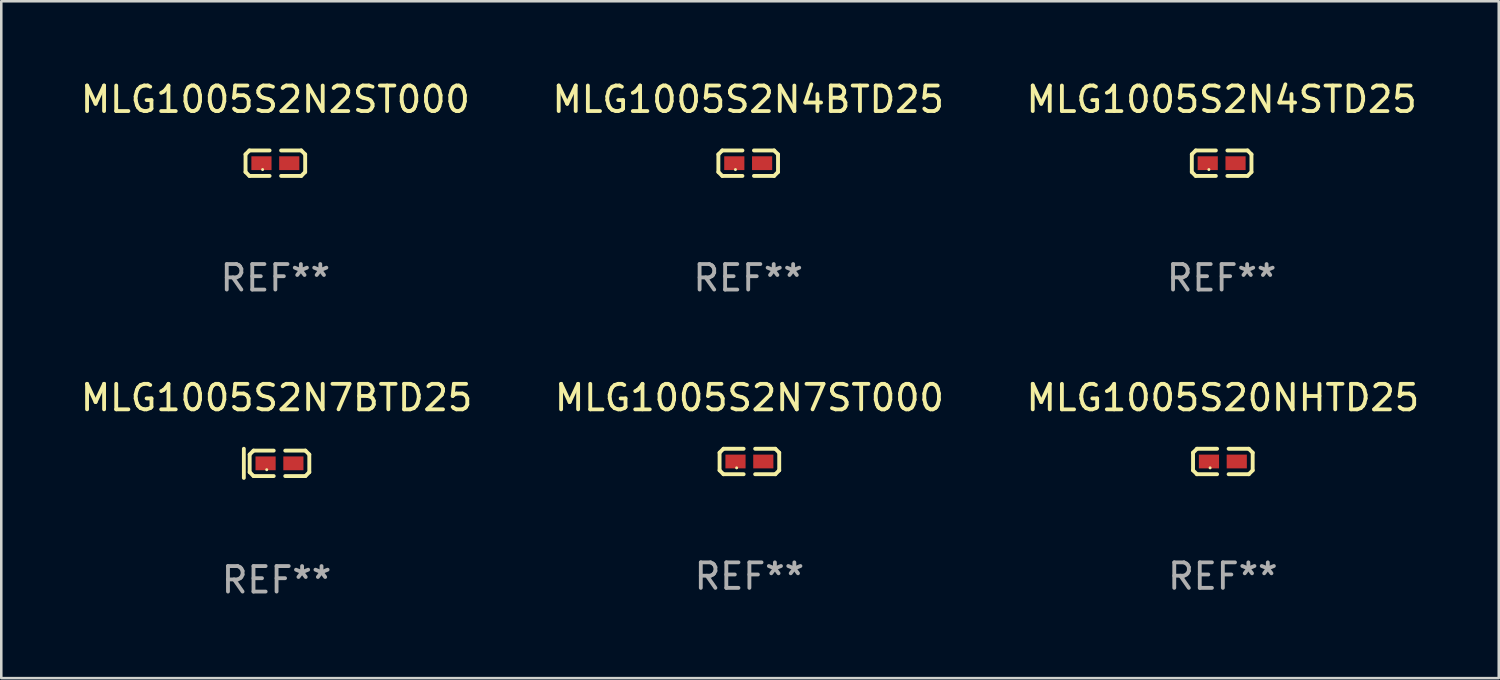
<source format=kicad_pcb>
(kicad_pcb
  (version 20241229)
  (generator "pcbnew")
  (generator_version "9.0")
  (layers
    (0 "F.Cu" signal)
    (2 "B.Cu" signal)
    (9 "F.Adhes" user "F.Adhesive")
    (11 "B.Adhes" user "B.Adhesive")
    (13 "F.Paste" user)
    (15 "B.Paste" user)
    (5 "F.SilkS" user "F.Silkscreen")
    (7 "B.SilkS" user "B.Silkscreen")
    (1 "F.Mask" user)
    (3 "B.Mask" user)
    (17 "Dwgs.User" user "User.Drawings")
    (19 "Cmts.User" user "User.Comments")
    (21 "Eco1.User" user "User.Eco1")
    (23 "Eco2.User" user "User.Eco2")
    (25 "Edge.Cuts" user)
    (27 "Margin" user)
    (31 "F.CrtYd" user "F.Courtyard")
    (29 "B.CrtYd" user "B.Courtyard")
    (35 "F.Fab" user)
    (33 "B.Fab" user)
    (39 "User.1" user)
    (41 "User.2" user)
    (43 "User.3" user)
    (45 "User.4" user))
  (footprint "MLG1005S20NHTD25"
    (layer "F.Cu")
    (at 44.887 15.041)
    (property "Reference" "MLG1005S20NHTD25" (at 0 -2.499 0) (layer "F.SilkS") (effects (font (size 1 1) (thickness 0.15))))
    (attr through_hole)
    (fp_line (start -1.169 -0.346) (end -1.016 -0.499) (stroke (width 0.152) (type solid)) (layer "F.SilkS"))
    (fp_line (start -1.169 0.346) (end -1.169 -0.346) (stroke (width 0.152) (type solid)) (layer "F.SilkS"))
    (fp_line (start -1.016 -0.499) (end -0.226 -0.499) (stroke (width 0.152) (type solid)) (layer "F.SilkS"))
    (fp_line (start -1.016 0.499) (end -1.169 0.346) (stroke (width 0.152) (type solid)) (layer "F.SilkS"))
    (fp_line (start -0.226 0.499) (end -1.016 0.499) (stroke (width 0.152) (type solid)) (layer "F.SilkS"))
    (fp_line (start 0.226 0.499) (end 1.016 0.499) (stroke (width 0.152) (type solid)) (layer "F.SilkS"))
    (fp_line (start 1.016 -0.499) (end 0.226 -0.499) (stroke (width 0.152) (type solid)) (layer "F.SilkS"))
    (fp_line (start 1.016 0.499) (end 1.169 0.346) (stroke (width 0.152) (type solid)) (layer "F.SilkS"))
    (fp_line (start 1.169 -0.346) (end 1.016 -0.499) (stroke (width 0.152) (type solid)) (layer "F.SilkS"))
    (fp_line (start 1.169 0.346) (end 1.169 -0.346) (stroke (width 0.152) (type solid)) (layer "F.SilkS"))
    (fp_circle (center -0.5 0.25) (end -0.47 0.25) (stroke (width 0.06) (type solid)) (fill no) (layer "F.SilkS"))
    (fp_text user "REF**" (at 0 4.499 0) (layer "F.Fab") (effects (font (size 1 1) (thickness 0.15))))
    (pad "1" smd rect (at -0.545 0) (size 0.79 0.54) (layers "F.Cu" "F.Mask" "F.Paste"))
    (pad "2" smd rect (at 0.545 0) (size 0.79 0.54) (layers "F.Cu" "F.Mask" "F.Paste")))
  (footprint "MLG1005S2N7ST000"
    (layer "F.Cu")
    (at 26.327 15.041)
    (property "Reference" "MLG1005S2N7ST000" (at 0 -2.499 0) (layer "F.SilkS") (effects (font (size 1 1) (thickness 0.15))))
    (attr through_hole)
    (fp_line (start -1.169 -0.346) (end -1.016 -0.499) (stroke (width 0.152) (type solid)) (layer "F.SilkS"))
    (fp_line (start -1.169 0.346) (end -1.169 -0.346) (stroke (width 0.152) (type solid)) (layer "F.SilkS"))
    (fp_line (start -1.016 -0.499) (end -0.226 -0.499) (stroke (width 0.152) (type solid)) (layer "F.SilkS"))
    (fp_line (start -1.016 0.499) (end -1.169 0.346) (stroke (width 0.152) (type solid)) (layer "F.SilkS"))
    (fp_line (start -0.226 0.499) (end -1.016 0.499) (stroke (width 0.152) (type solid)) (layer "F.SilkS"))
    (fp_line (start 0.226 0.499) (end 1.016 0.499) (stroke (width 0.152) (type solid)) (layer "F.SilkS"))
    (fp_line (start 1.016 -0.499) (end 0.226 -0.499) (stroke (width 0.152) (type solid)) (layer "F.SilkS"))
    (fp_line (start 1.016 0.499) (end 1.169 0.346) (stroke (width 0.152) (type solid)) (layer "F.SilkS"))
    (fp_line (start 1.169 -0.346) (end 1.016 -0.499) (stroke (width 0.152) (type solid)) (layer "F.SilkS"))
    (fp_line (start 1.169 0.346) (end 1.169 -0.346) (stroke (width 0.152) (type solid)) (layer "F.SilkS"))
    (fp_circle (center -0.5 0.25) (end -0.47 0.25) (stroke (width 0.06) (type solid)) (fill no) (layer "F.SilkS"))
    (fp_text user "REF**" (at 0 4.499 0) (layer "F.Fab") (effects (font (size 1 1) (thickness 0.15))))
    (pad "1" smd rect (at -0.545 0) (size 0.79 0.54) (layers "F.Cu" "F.Mask" "F.Paste"))
    (pad "2" smd rect (at 0.545 0) (size 0.79 0.54) (layers "F.Cu" "F.Mask" "F.Paste")))
  (footprint "MLG1005S2N4BTD25"
    (layer "F.Cu")
    (at 26.28 3.347)
    (property "Reference" "MLG1005S2N4BTD25" (at 0 -2.499 0) (layer "F.SilkS") (effects (font (size 1 1) (thickness 0.15))))
    (attr through_hole)
    (fp_line (start -1.169 -0.346) (end -1.016 -0.499) (stroke (width 0.152) (type solid)) (layer "F.SilkS"))
    (fp_line (start -1.169 0.346) (end -1.169 -0.346) (stroke (width 0.152) (type solid)) (layer "F.SilkS"))
    (fp_line (start -1.016 -0.499) (end -0.226 -0.499) (stroke (width 0.152) (type solid)) (layer "F.SilkS"))
    (fp_line (start -1.016 0.499) (end -1.169 0.346) (stroke (width 0.152) (type solid)) (layer "F.SilkS"))
    (fp_line (start -0.226 0.499) (end -1.016 0.499) (stroke (width 0.152) (type solid)) (layer "F.SilkS"))
    (fp_line (start 0.226 0.499) (end 1.016 0.499) (stroke (width 0.152) (type solid)) (layer "F.SilkS"))
    (fp_line (start 1.016 -0.499) (end 0.226 -0.499) (stroke (width 0.152) (type solid)) (layer "F.SilkS"))
    (fp_line (start 1.016 0.499) (end 1.169 0.346) (stroke (width 0.152) (type solid)) (layer "F.SilkS"))
    (fp_line (start 1.169 -0.346) (end 1.016 -0.499) (stroke (width 0.152) (type solid)) (layer "F.SilkS"))
    (fp_line (start 1.169 0.346) (end 1.169 -0.346) (stroke (width 0.152) (type solid)) (layer "F.SilkS"))
    (fp_circle (center -0.5 0.25) (end -0.47 0.25) (stroke (width 0.06) (type solid)) (fill no) (layer "F.SilkS"))
    (fp_text user "REF**" (at 0 4.499 0) (layer "F.Fab") (effects (font (size 1 1) (thickness 0.15))))
    (pad "1" smd rect (at -0.545 0) (size 0.79 0.54) (layers "F.Cu" "F.Mask" "F.Paste"))
    (pad "2" smd rect (at 0.545 0) (size 0.79 0.54) (layers "F.Cu" "F.Mask" "F.Paste")))
  (footprint "MLG1005S2N7BTD25"
    (layer "F.Cu")
    (at 7.792 15.113)
    (property "Reference" "MLG1005S2N7BTD25" (at 0 -2.572 0) (layer "F.SilkS") (effects (font (size 1 1) (thickness 0.15))))
    (attr through_hole)
    (fp_line (start -1.283 -0.572) (end -1.283 0.572) (stroke (width 0.15) (type solid)) (layer "F.SilkS"))
    (fp_line (start -1.055 -0.346) (end -0.902 -0.499) (stroke (width 0.152) (type solid)) (layer "F.SilkS"))
    (fp_line (start -1.055 0.346) (end -1.055 -0.346) (stroke (width 0.152) (type solid)) (layer "F.SilkS"))
    (fp_line (start -0.902 -0.499) (end -0.112 -0.499) (stroke (width 0.152) (type solid)) (layer "F.SilkS"))
    (fp_line (start -0.902 0.499) (end -1.055 0.346) (stroke (width 0.152) (type solid)) (layer "F.SilkS"))
    (fp_line (start -0.112 0.499) (end -0.902 0.499) (stroke (width 0.152) (type solid)) (layer "F.SilkS"))
    (fp_line (start 0.34 0.499) (end 1.13 0.499) (stroke (width 0.152) (type solid)) (layer "F.SilkS"))
    (fp_line (start 1.13 -0.499) (end 0.34 -0.499) (stroke (width 0.152) (type solid)) (layer "F.SilkS"))
    (fp_line (start 1.13 0.499) (end 1.283 0.346) (stroke (width 0.152) (type solid)) (layer "F.SilkS"))
    (fp_line (start 1.283 -0.346) (end 1.13 -0.499) (stroke (width 0.152) (type solid)) (layer "F.SilkS"))
    (fp_line (start 1.283 0.346) (end 1.283 -0.346) (stroke (width 0.152) (type solid)) (layer "F.SilkS"))
    (fp_circle (center -0.386 0.25) (end -0.356 0.25) (stroke (width 0.06) (type solid)) (fill no) (layer "F.SilkS"))
    (fp_text user "REF**" (at 0 4.572 0) (layer "F.Fab") (effects (font (size 1 1) (thickness 0.15))))
    (pad "1" smd rect (at -0.431 0) (size 0.79 0.54) (layers "F.Cu" "F.Mask" "F.Paste"))
    (pad "2" smd rect (at 0.659 0) (size 0.79 0.54) (layers "F.Cu" "F.Mask" "F.Paste")))
  (footprint "MLG1005S2N4STD25"
    (layer "F.Cu")
    (at 44.839 3.347)
    (property "Reference" "MLG1005S2N4STD25" (at 0 -2.499 0) (layer "F.SilkS") (effects (font (size 1 1) (thickness 0.15))))
    (attr through_hole)
    (fp_line (start -1.169 -0.346) (end -1.016 -0.499) (stroke (width 0.152) (type solid)) (layer "F.SilkS"))
    (fp_line (start -1.169 0.346) (end -1.169 -0.346) (stroke (width 0.152) (type solid)) (layer "F.SilkS"))
    (fp_line (start -1.016 -0.499) (end -0.226 -0.499) (stroke (width 0.152) (type solid)) (layer "F.SilkS"))
    (fp_line (start -1.016 0.499) (end -1.169 0.346) (stroke (width 0.152) (type solid)) (layer "F.SilkS"))
    (fp_line (start -0.226 0.499) (end -1.016 0.499) (stroke (width 0.152) (type solid)) (layer "F.SilkS"))
    (fp_line (start 0.226 0.499) (end 1.016 0.499) (stroke (width 0.152) (type solid)) (layer "F.SilkS"))
    (fp_line (start 1.016 -0.499) (end 0.226 -0.499) (stroke (width 0.152) (type solid)) (layer "F.SilkS"))
    (fp_line (start 1.016 0.499) (end 1.169 0.346) (stroke (width 0.152) (type solid)) (layer "F.SilkS"))
    (fp_line (start 1.169 -0.346) (end 1.016 -0.499) (stroke (width 0.152) (type solid)) (layer "F.SilkS"))
    (fp_line (start 1.169 0.346) (end 1.169 -0.346) (stroke (width 0.152) (type solid)) (layer "F.SilkS"))
    (fp_circle (center -0.5 0.25) (end -0.47 0.25) (stroke (width 0.06) (type solid)) (fill no) (layer "F.SilkS"))
    (fp_text user "REF**" (at 0 4.499 0) (layer "F.Fab") (effects (font (size 1 1) (thickness 0.15))))
    (pad "1" smd rect (at -0.545 0) (size 0.79 0.54) (layers "F.Cu" "F.Mask" "F.Paste"))
    (pad "2" smd rect (at 0.545 0) (size 0.79 0.54) (layers "F.Cu" "F.Mask" "F.Paste")))
  (footprint "MLG1005S2N2ST000"
    (layer "F.Cu")
    (at 7.744 3.347)
    (property "Reference" "MLG1005S2N2ST000" (at 0 -2.499 0) (layer "F.SilkS") (effects (font (size 1 1) (thickness 0.15))))
    (attr through_hole)
    (fp_line (start -1.169 -0.346) (end -1.016 -0.499) (stroke (width 0.152) (type solid)) (layer "F.SilkS"))
    (fp_line (start -1.169 0.346) (end -1.169 -0.346) (stroke (width 0.152) (type solid)) (layer "F.SilkS"))
    (fp_line (start -1.016 -0.499) (end -0.226 -0.499) (stroke (width 0.152) (type solid)) (layer "F.SilkS"))
    (fp_line (start -1.016 0.499) (end -1.169 0.346) (stroke (width 0.152) (type solid)) (layer "F.SilkS"))
    (fp_line (start -0.226 0.499) (end -1.016 0.499) (stroke (width 0.152) (type solid)) (layer "F.SilkS"))
    (fp_line (start 0.226 0.499) (end 1.016 0.499) (stroke (width 0.152) (type solid)) (layer "F.SilkS"))
    (fp_line (start 1.016 -0.499) (end 0.226 -0.499) (stroke (width 0.152) (type solid)) (layer "F.SilkS"))
    (fp_line (start 1.016 0.499) (end 1.169 0.346) (stroke (width 0.152) (type solid)) (layer "F.SilkS"))
    (fp_line (start 1.169 -0.346) (end 1.016 -0.499) (stroke (width 0.152) (type solid)) (layer "F.SilkS"))
    (fp_line (start 1.169 0.346) (end 1.169 -0.346) (stroke (width 0.152) (type solid)) (layer "F.SilkS"))
    (fp_circle (center -0.5 0.25) (end -0.47 0.25) (stroke (width 0.06) (type solid)) (fill no) (layer "F.SilkS"))
    (fp_text user "REF**" (at 0 4.499 0) (layer "F.Fab") (effects (font (size 1 1) (thickness 0.15))))
    (pad "1" smd rect (at -0.545 0) (size 0.79 0.54) (layers "F.Cu" "F.Mask" "F.Paste"))
    (pad "2" smd rect (at 0.545 0) (size 0.79 0.54) (layers "F.Cu" "F.Mask" "F.Paste")))
  (gr_rect
    (start -3 -3)
    (end 55.702 23.533)
    (stroke (width 0.1) (type default))
    (fill no)
    (layer "Edge.Cuts")))
</source>
